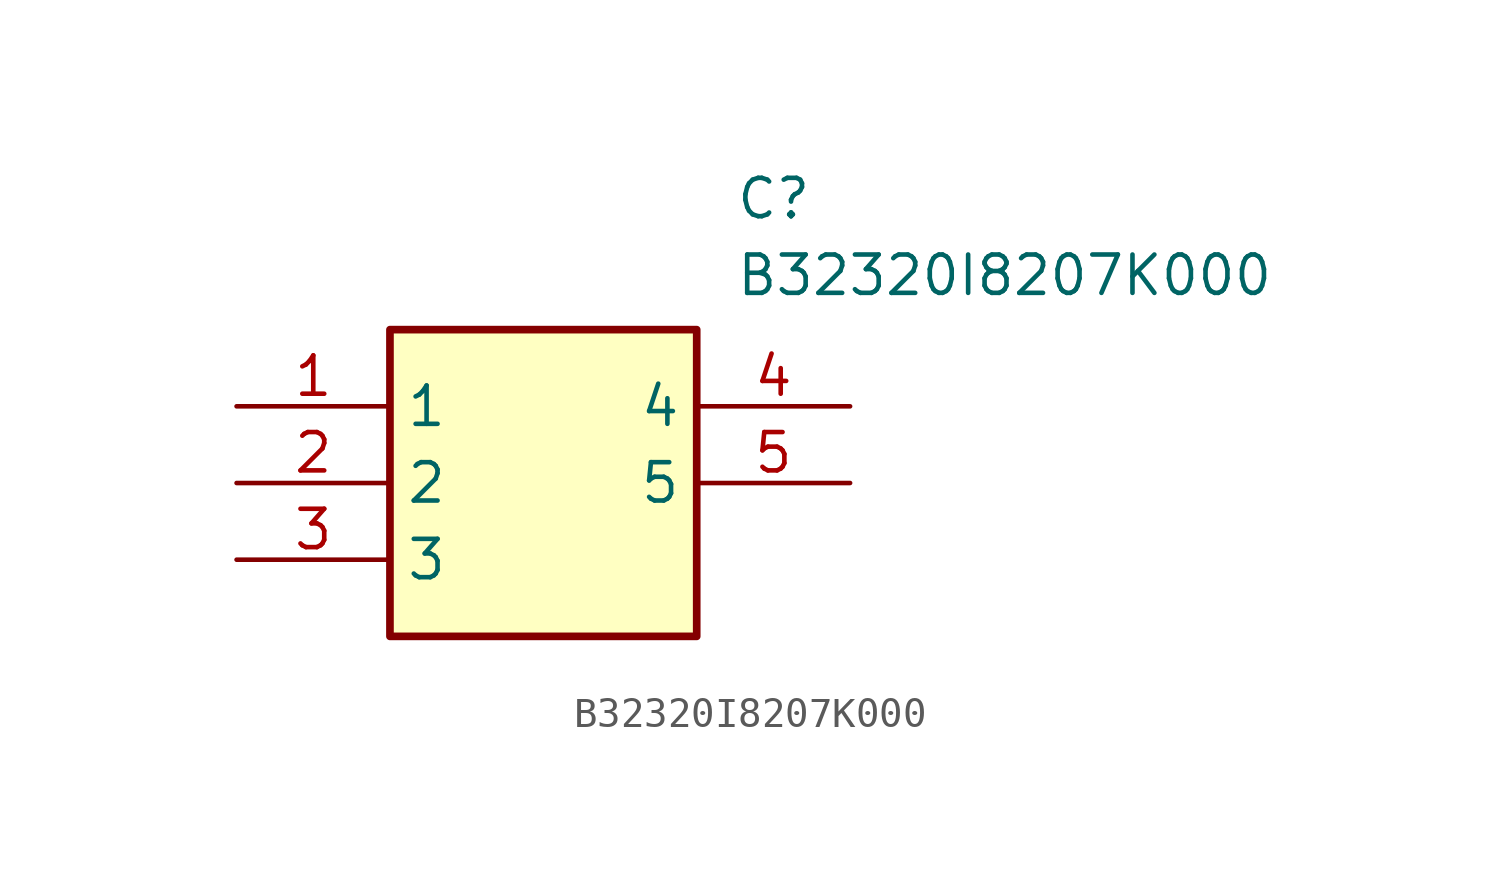
<source format=kicad_sym>
(kicad_symbol_lib
  (version 20211014)
  (generator SamacSys_ECAD_Model)
  (symbol "B32320I8207K000"
    (property "Reference" "C"
      (at 16.51 7.62 0)
      (effects (font (size 1.27 1.27)) (justify left top)))
    (property "Value" "B32320I8207K000"
      (at 16.51 5.08 0)
      (effects (font (size 1.27 1.27)) (justify left top)))
    (rectangle
      (start 5.08 2.54)
      (end 15.24 -7.62)
      (stroke (width 0.254) (type default))
      (fill (type background)))
    (pin passive line
      (at 0 0 0)
      (length 5.08)
      (name "1" (effects (font (size 1.27 1.27))))
      (number "1" (effects (font (size 1.27 1.27)))))
    (pin passive line
      (at 0 -2.54 0)
      (length 5.08)
      (name "2" (effects (font (size 1.27 1.27))))
      (number "2" (effects (font (size 1.27 1.27)))))
    (pin passive line
      (at 0 -5.08 0)
      (length 5.08)
      (name "3" (effects (font (size 1.27 1.27))))
      (number "3" (effects (font (size 1.27 1.27)))))
    (pin passive line
      (at 20.32 0 180)
      (length 5.08)
      (name "4" (effects (font (size 1.27 1.27))))
      (number "4" (effects (font (size 1.27 1.27)))))
    (pin passive line
      (at 20.32 -2.54 180)
      (length 5.08)
      (name "5" (effects (font (size 1.27 1.27))))
      (number "5" (effects (font (size 1.27 1.27)))))))
</source>
